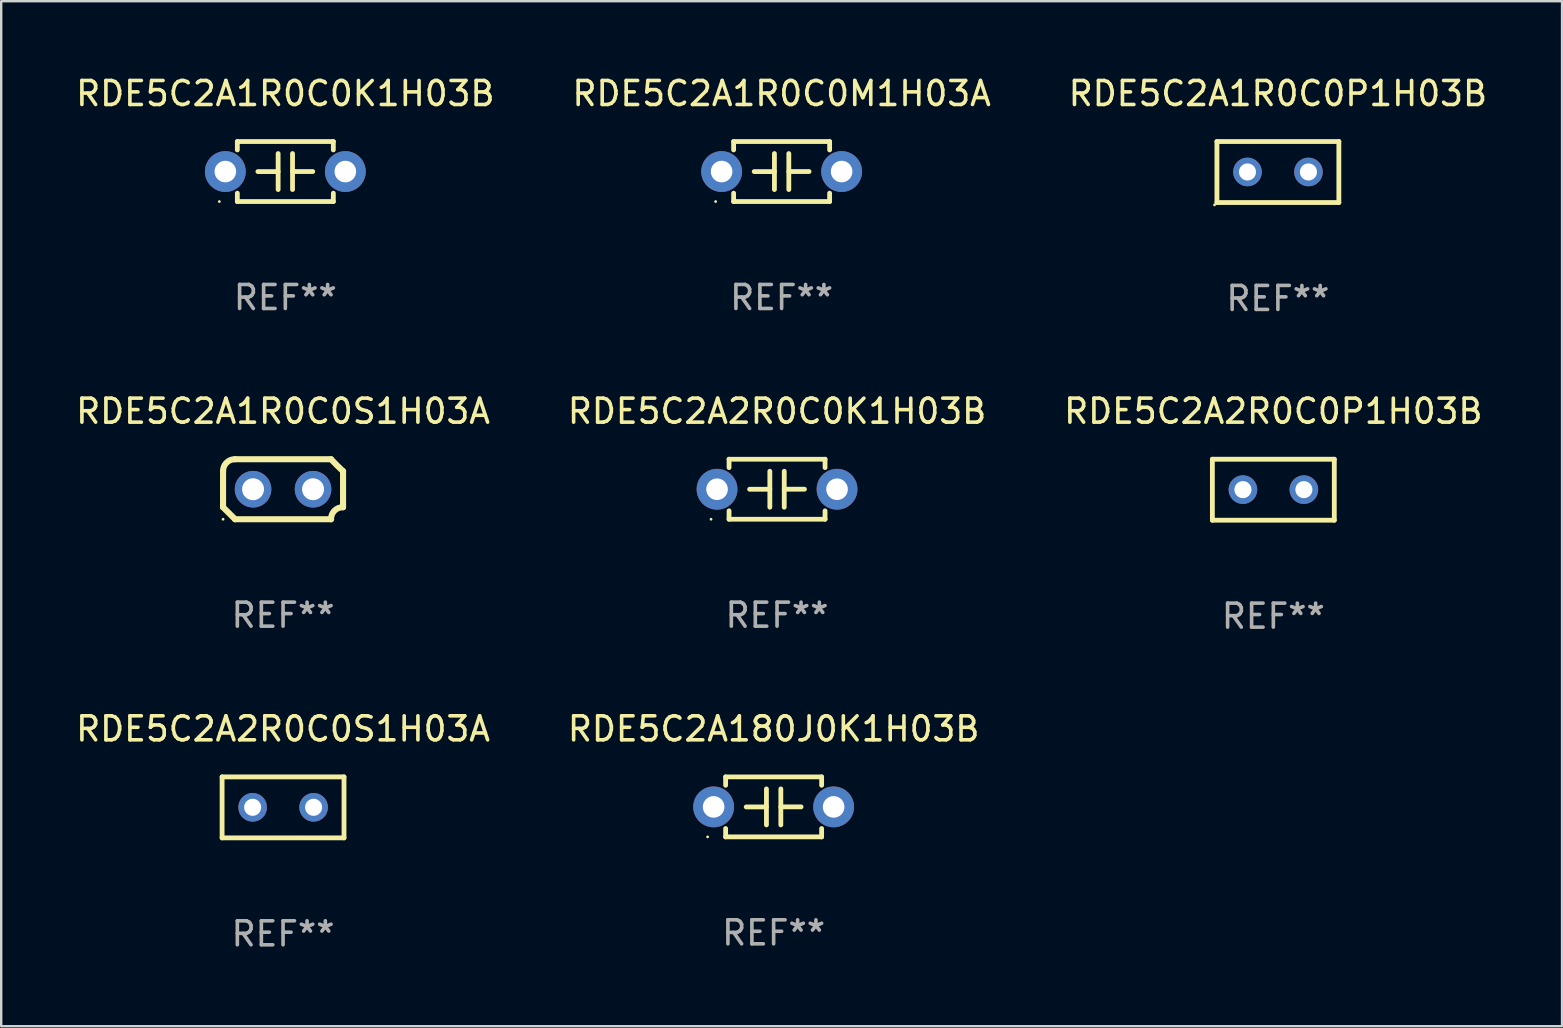
<source format=kicad_pcb>
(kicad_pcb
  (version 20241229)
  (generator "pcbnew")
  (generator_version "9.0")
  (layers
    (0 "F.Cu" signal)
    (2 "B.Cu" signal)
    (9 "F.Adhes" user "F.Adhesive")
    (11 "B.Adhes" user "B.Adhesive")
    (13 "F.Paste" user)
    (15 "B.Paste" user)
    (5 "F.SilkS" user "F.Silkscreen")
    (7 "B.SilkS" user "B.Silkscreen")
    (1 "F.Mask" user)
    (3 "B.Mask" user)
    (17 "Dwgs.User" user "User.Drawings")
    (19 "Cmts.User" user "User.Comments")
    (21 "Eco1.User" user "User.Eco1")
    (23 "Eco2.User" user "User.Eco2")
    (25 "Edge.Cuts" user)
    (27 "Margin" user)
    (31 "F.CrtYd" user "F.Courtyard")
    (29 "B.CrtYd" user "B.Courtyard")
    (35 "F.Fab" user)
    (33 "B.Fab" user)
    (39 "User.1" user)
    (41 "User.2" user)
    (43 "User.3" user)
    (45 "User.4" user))
  (footprint "RDE5C2A2R0C0K1H03B"
    (layer "F.Cu")
    (at 29.327 17.335)
    (property "Reference" "RDE5C2A2R0C0K1H03B" (at 0 -3.25 0) (layer "F.SilkS") (effects (font (size 1 1) (thickness 0.15))))
    (attr through_hole)
    (fp_line (start -2 -1.25) (end -2 -0.901) (stroke (width 0.2) (type solid)) (layer "F.SilkS"))
    (fp_line (start -2 -1.25) (end 2 -1.25) (stroke (width 0.2) (type solid)) (layer "F.SilkS"))
    (fp_line (start -2 0.901) (end -2 1.25) (stroke (width 0.2) (type solid)) (layer "F.SilkS"))
    (fp_line (start -0.3 -0.75) (end -0.3 0.75) (stroke (width 0.2) (type solid)) (layer "F.SilkS"))
    (fp_line (start -0.3 0.001) (end -1.143 0.001) (stroke (width 0.2) (type solid)) (layer "F.SilkS"))
    (fp_line (start 0.3 -0.001) (end 1.143 -0.001) (stroke (width 0.2) (type solid)) (layer "F.SilkS"))
    (fp_line (start 0.3 0.75) (end 0.3 -0.75) (stroke (width 0.2) (type solid)) (layer "F.SilkS"))
    (fp_line (start 2 -1.25) (end 2 -0.901) (stroke (width 0.2) (type solid)) (layer "F.SilkS"))
    (fp_line (start 2 0.901) (end 2 1.25) (stroke (width 0.2) (type solid)) (layer "F.SilkS"))
    (fp_line (start 2 1.25) (end -2 1.25) (stroke (width 0.2) (type solid)) (layer "F.SilkS"))
    (fp_circle (center -2.75 1.25) (end -2.72 1.25) (stroke (width 0.06) (type solid)) (fill no) (layer "F.SilkS"))
    (fp_text user "REF**" (at 0 5.25 0) (layer "F.Fab") (effects (font (size 1 1) (thickness 0.15))))
    (pad "1" thru_hole circle (at -2.5 0) (size 1.7 1.7) (drill 0.9) (layers "*.Cu" "*.Mask"))
    (pad "2" thru_hole circle (at 2.5 0) (size 1.7 1.7) (drill 0.9) (layers "*.Cu" "*.Mask")))
  (footprint "RDE5C2A1R0C0P1H03B"
    (layer "F.Cu")
    (at 50.196 4.118)
    (property "Reference" "RDE5C2A1R0C0P1H03B" (at 0 -3.27 0) (layer "F.SilkS") (effects (font (size 1 1) (thickness 0.15))))
    (attr through_hole)
    (fp_line (start -2.54 -1.27) (end -2.54 1.27) (stroke (width 0.201) (type solid)) (layer "F.SilkS"))
    (fp_line (start -2.54 1.27) (end 2.54 1.27) (stroke (width 0.201) (type solid)) (layer "F.SilkS"))
    (fp_line (start 2.54 -1.27) (end -2.54 -1.27) (stroke (width 0.201) (type solid)) (layer "F.SilkS"))
    (fp_line (start 2.54 1.27) (end 2.54 -1.27) (stroke (width 0.201) (type solid)) (layer "F.SilkS"))
    (fp_circle (center -2.64 1.37) (end -2.61 1.37) (stroke (width 0.06) (type solid)) (fill no) (layer "F.SilkS"))
    (fp_text user "REF**" (at 0 5.27 0) (layer "F.Fab") (effects (font (size 1 1) (thickness 0.15))))
    (pad "1" thru_hole circle (at -1.267 -0.003) (size 1.194 1.194) (drill 0.711) (layers "*.Cu" "*.Mask"))
    (pad "2" thru_hole circle (at 1.273 -0.003) (size 1.194 1.194) (drill 0.711) (layers "*.Cu" "*.Mask")))
  (footprint "RDE5C2A1R0C0M1H03A"
    (layer "F.Cu")
    (at 29.518 4.098)
    (property "Reference" "RDE5C2A1R0C0M1H03A" (at 0 -3.25 0) (layer "F.SilkS") (effects (font (size 1 1) (thickness 0.15))))
    (attr through_hole)
    (fp_line (start -2 -1.25) (end -2 -0.901) (stroke (width 0.2) (type solid)) (layer "F.SilkS"))
    (fp_line (start -2 -1.25) (end 2 -1.25) (stroke (width 0.2) (type solid)) (layer "F.SilkS"))
    (fp_line (start -2 0.901) (end -2 1.25) (stroke (width 0.2) (type solid)) (layer "F.SilkS"))
    (fp_line (start -0.3 -0.75) (end -0.3 0.75) (stroke (width 0.2) (type solid)) (layer "F.SilkS"))
    (fp_line (start -0.3 0.001) (end -1.143 0.001) (stroke (width 0.2) (type solid)) (layer "F.SilkS"))
    (fp_line (start 0.3 -0.001) (end 1.143 -0.001) (stroke (width 0.2) (type solid)) (layer "F.SilkS"))
    (fp_line (start 0.3 0.75) (end 0.3 -0.75) (stroke (width 0.2) (type solid)) (layer "F.SilkS"))
    (fp_line (start 2 -1.25) (end 2 -0.901) (stroke (width 0.2) (type solid)) (layer "F.SilkS"))
    (fp_line (start 2 0.901) (end 2 1.25) (stroke (width 0.2) (type solid)) (layer "F.SilkS"))
    (fp_line (start 2 1.25) (end -2 1.25) (stroke (width 0.2) (type solid)) (layer "F.SilkS"))
    (fp_circle (center -2.75 1.25) (end -2.72 1.25) (stroke (width 0.06) (type solid)) (fill no) (layer "F.SilkS"))
    (fp_text user "REF**" (at 0 5.25 0) (layer "F.Fab") (effects (font (size 1 1) (thickness 0.15))))
    (pad "1" thru_hole circle (at -2.5 0) (size 1.7 1.7) (drill 0.9) (layers "*.Cu" "*.Mask"))
    (pad "2" thru_hole circle (at 2.5 0) (size 1.7 1.7) (drill 0.9) (layers "*.Cu" "*.Mask")))
  (footprint "RDE5C2A1R0C0S1H03A"
    (layer "F.Cu")
    (at 8.744 17.335)
    (property "Reference" "RDE5C2A1R0C0S1H03A" (at 0 -3.25 0) (layer "F.SilkS") (effects (font (size 1 1) (thickness 0.15))))
    (attr through_hole)
    (fp_line (start -2.5 -0.75) (end -2.5 0.75) (stroke (width 0.254) (type solid)) (layer "F.SilkS"))
    (fp_line (start -2 -1.25) (end 2 -1.25) (stroke (width 0.254) (type solid)) (layer "F.SilkS"))
    (fp_line (start 2 1.25) (end -2 1.25) (stroke (width 0.254) (type solid)) (layer "F.SilkS"))
    (fp_line (start 2.5 0.75) (end 2.5 -0.75) (stroke (width 0.254) (type solid)) (layer "F.SilkS"))
    (fp_arc (start -2.5 0.749962) (mid -2.249559 0.999558) (end -1.99929 1.249325) (stroke (width 0.254001) (type solid)) (layer "F.SilkS"))
    (fp_arc (start -2.499366 -0.749302) (mid -2.356411 -1.106098) (end -2 -1.250013) (stroke (width 0.254001) (type solid)) (layer "F.SilkS"))
    (fp_arc (start 2 1.250013) (mid 2.142747 0.89301) (end 2.499364 0.749302) (stroke (width 0.254001) (type solid)) (layer "F.SilkS"))
    (fp_arc (start 2.5 -0.749962) (mid 2.245609 -0.995598) (end 1.999289 -1.249327) (stroke (width 0.254001) (type solid)) (layer "F.SilkS"))
    (fp_circle (center -2.5 1.25) (end -2.47 1.25) (stroke (width 0.06) (type solid)) (fill no) (layer "F.SilkS"))
    (fp_text user "REF**" (at 0 5.25 0) (layer "F.Fab") (effects (font (size 1 1) (thickness 0.15))))
    (pad "1" thru_hole circle (at -1.25 0) (size 1.524 1.524) (drill 0.914) (layers "*.Cu" "*.Mask"))
    (pad "2" thru_hole circle (at 1.25 0) (size 1.524 1.524) (drill 0.914) (layers "*.Cu" "*.Mask")))
  (footprint "RDE5C2A2R0C0P1H03B"
    (layer "F.Cu")
    (at 50.006 17.355)
    (property "Reference" "RDE5C2A2R0C0P1H03B" (at 0 -3.27 0) (layer "F.SilkS") (effects (font (size 1 1) (thickness 0.15))))
    (attr through_hole)
    (fp_line (start -2.54 -1.27) (end -2.54 1.27) (stroke (width 0.201) (type solid)) (layer "F.SilkS"))
    (fp_line (start -2.54 1.27) (end 2.54 1.27) (stroke (width 0.201) (type solid)) (layer "F.SilkS"))
    (fp_line (start 2.54 -1.27) (end -2.54 -1.27) (stroke (width 0.201) (type solid)) (layer "F.SilkS"))
    (fp_line (start 2.54 1.27) (end 2.54 -1.27) (stroke (width 0.201) (type solid)) (layer "F.SilkS"))
    (fp_circle (center -2.497 1.247) (end -2.467 1.247) (stroke (width 0.06) (type solid)) (fill no) (layer "F.SilkS"))
    (fp_text user "REF**" (at 0 5.27 0) (layer "F.Fab") (effects (font (size 1 1) (thickness 0.15))))
    (pad "1" thru_hole circle (at -1.267 -0.003) (size 1.194 1.194) (drill 0.711) (layers "*.Cu" "*.Mask"))
    (pad "2" thru_hole circle (at 1.273 -0.003) (size 1.194 1.194) (drill 0.711) (layers "*.Cu" "*.Mask")))
  (footprint "RDE5C2A1R0C0K1H03B"
    (layer "F.Cu")
    (at 8.839 4.098)
    (property "Reference" "RDE5C2A1R0C0K1H03B" (at 0 -3.25 0) (layer "F.SilkS") (effects (font (size 1 1) (thickness 0.15))))
    (attr through_hole)
    (fp_line (start -2 -1.25) (end -2 -0.901) (stroke (width 0.2) (type solid)) (layer "F.SilkS"))
    (fp_line (start -2 -1.25) (end 2 -1.25) (stroke (width 0.2) (type solid)) (layer "F.SilkS"))
    (fp_line (start -2 0.901) (end -2 1.25) (stroke (width 0.2) (type solid)) (layer "F.SilkS"))
    (fp_line (start -0.3 -0.75) (end -0.3 0.75) (stroke (width 0.2) (type solid)) (layer "F.SilkS"))
    (fp_line (start -0.3 0.001) (end -1.143 0.001) (stroke (width 0.2) (type solid)) (layer "F.SilkS"))
    (fp_line (start 0.3 -0.001) (end 1.143 -0.001) (stroke (width 0.2) (type solid)) (layer "F.SilkS"))
    (fp_line (start 0.3 0.75) (end 0.3 -0.75) (stroke (width 0.2) (type solid)) (layer "F.SilkS"))
    (fp_line (start 2 -1.25) (end 2 -0.901) (stroke (width 0.2) (type solid)) (layer "F.SilkS"))
    (fp_line (start 2 0.901) (end 2 1.25) (stroke (width 0.2) (type solid)) (layer "F.SilkS"))
    (fp_line (start 2 1.25) (end -2 1.25) (stroke (width 0.2) (type solid)) (layer "F.SilkS"))
    (fp_circle (center -2.75 1.25) (end -2.72 1.25) (stroke (width 0.06) (type solid)) (fill no) (layer "F.SilkS"))
    (fp_text user "REF**" (at 0 5.25 0) (layer "F.Fab") (effects (font (size 1 1) (thickness 0.15))))
    (pad "1" thru_hole circle (at -2.5 0) (size 1.7 1.7) (drill 0.9) (layers "*.Cu" "*.Mask"))
    (pad "2" thru_hole circle (at 2.5 0) (size 1.7 1.7) (drill 0.9) (layers "*.Cu" "*.Mask")))
  (footprint "RDE5C2A2R0C0S1H03A"
    (layer "F.Cu")
    (at 8.744 30.591)
    (property "Reference" "RDE5C2A2R0C0S1H03A" (at 0 -3.27 0) (layer "F.SilkS") (effects (font (size 1 1) (thickness 0.15))))
    (attr through_hole)
    (fp_line (start -2.54 -1.27) (end -2.54 1.27) (stroke (width 0.201) (type solid)) (layer "F.SilkS"))
    (fp_line (start -2.54 1.27) (end 2.54 1.27) (stroke (width 0.201) (type solid)) (layer "F.SilkS"))
    (fp_line (start 2.54 -1.27) (end -2.54 -1.27) (stroke (width 0.201) (type solid)) (layer "F.SilkS"))
    (fp_line (start 2.54 1.27) (end 2.54 -1.27) (stroke (width 0.201) (type solid)) (layer "F.SilkS"))
    (fp_circle (center -2.497 1.247) (end -2.467 1.247) (stroke (width 0.06) (type solid)) (fill no) (layer "F.SilkS"))
    (fp_text user "REF**" (at 0 5.27 0) (layer "F.Fab") (effects (font (size 1 1) (thickness 0.15))))
    (pad "1" thru_hole circle (at -1.267 -0.003) (size 1.194 1.194) (drill 0.711) (layers "*.Cu" "*.Mask"))
    (pad "2" thru_hole circle (at 1.273 -0.003) (size 1.194 1.194) (drill 0.711) (layers "*.Cu" "*.Mask")))
  (footprint "RDE5C2A180J0K1H03B"
    (layer "F.Cu")
    (at 29.185 30.571)
    (property "Reference" "RDE5C2A180J0K1H03B" (at 0 -3.25 0) (layer "F.SilkS") (effects (font (size 1 1) (thickness 0.15))))
    (attr through_hole)
    (fp_line (start -2 -1.25) (end -2 -0.901) (stroke (width 0.2) (type solid)) (layer "F.SilkS"))
    (fp_line (start -2 -1.25) (end 2 -1.25) (stroke (width 0.2) (type solid)) (layer "F.SilkS"))
    (fp_line (start -2 0.901) (end -2 1.25) (stroke (width 0.2) (type solid)) (layer "F.SilkS"))
    (fp_line (start -0.3 -0.75) (end -0.3 0.75) (stroke (width 0.2) (type solid)) (layer "F.SilkS"))
    (fp_line (start -0.3 0.001) (end -1.143 0.001) (stroke (width 0.2) (type solid)) (layer "F.SilkS"))
    (fp_line (start 0.3 -0.001) (end 1.143 -0.001) (stroke (width 0.2) (type solid)) (layer "F.SilkS"))
    (fp_line (start 0.3 0.75) (end 0.3 -0.75) (stroke (width 0.2) (type solid)) (layer "F.SilkS"))
    (fp_line (start 2 -1.25) (end 2 -0.901) (stroke (width 0.2) (type solid)) (layer "F.SilkS"))
    (fp_line (start 2 0.901) (end 2 1.25) (stroke (width 0.2) (type solid)) (layer "F.SilkS"))
    (fp_line (start 2 1.25) (end -2 1.25) (stroke (width 0.2) (type solid)) (layer "F.SilkS"))
    (fp_circle (center -2.75 1.25) (end -2.72 1.25) (stroke (width 0.06) (type solid)) (fill no) (layer "F.SilkS"))
    (fp_text user "REF**" (at 0 5.25 0) (layer "F.Fab") (effects (font (size 1 1) (thickness 0.15))))
    (pad "1" thru_hole circle (at -2.5 0) (size 1.7 1.7) (drill 0.9) (layers "*.Cu" "*.Mask"))
    (pad "2" thru_hole circle (at 2.5 0) (size 1.7 1.7) (drill 0.9) (layers "*.Cu" "*.Mask")))
  (gr_rect
    (start -3 -3)
    (end 62.036 39.71)
    (stroke (width 0.1) (type default))
    (fill no)
    (layer "Edge.Cuts")))
</source>
